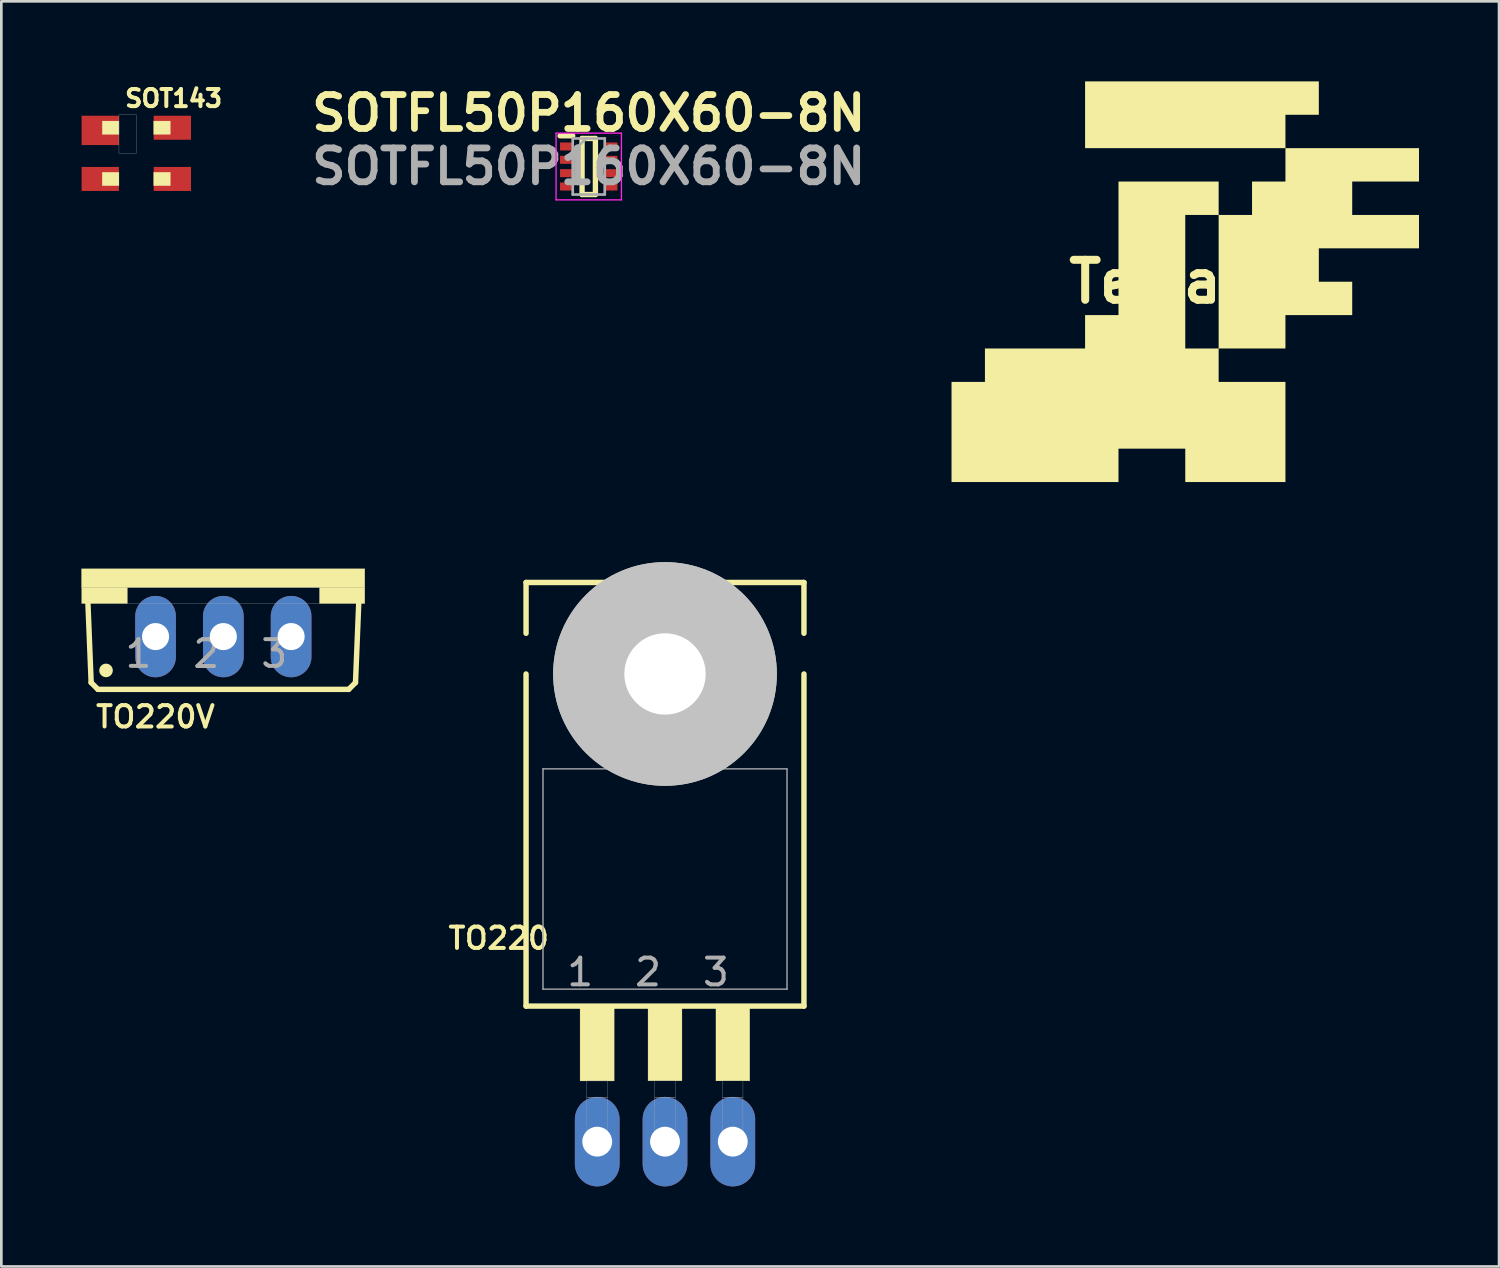
<source format=kicad_pcb>
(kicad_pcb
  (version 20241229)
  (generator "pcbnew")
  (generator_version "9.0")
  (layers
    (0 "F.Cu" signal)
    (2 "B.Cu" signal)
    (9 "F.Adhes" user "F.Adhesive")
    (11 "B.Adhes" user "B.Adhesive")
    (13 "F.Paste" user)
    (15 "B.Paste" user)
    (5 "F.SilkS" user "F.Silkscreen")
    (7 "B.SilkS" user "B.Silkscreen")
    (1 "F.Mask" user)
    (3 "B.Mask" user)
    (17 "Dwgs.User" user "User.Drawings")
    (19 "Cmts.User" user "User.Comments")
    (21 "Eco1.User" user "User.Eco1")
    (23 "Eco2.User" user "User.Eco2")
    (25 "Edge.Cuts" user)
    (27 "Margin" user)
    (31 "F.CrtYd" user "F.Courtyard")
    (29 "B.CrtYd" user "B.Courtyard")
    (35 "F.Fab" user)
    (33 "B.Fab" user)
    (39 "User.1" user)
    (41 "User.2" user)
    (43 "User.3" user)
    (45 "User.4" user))
  (footprint "SOTFL50P160X60-8N"
    (layer "F.Cu")
    (at 19.012 3.189)
    (property "Reference" "SOTFL50P160X60-8N" (at 0 -2 0) (layer "F.SilkS") (effects (font (size 1.27 1.27) (thickness 0.254))))
    (attr smd)
    (fp_line (start -1.075 -1.15) (end -0.6 -1.15) (stroke (width 0.2) (type solid)) (layer "F.SilkS"))
    (fp_line (start -0.25 -1.05) (end 0.25 -1.05) (stroke (width 0.2) (type solid)) (layer "F.SilkS"))
    (fp_line (start -0.25 1.05) (end -0.25 -1.05) (stroke (width 0.2) (type solid)) (layer "F.SilkS"))
    (fp_line (start 0.25 -1.05) (end 0.25 1.05) (stroke (width 0.2) (type solid)) (layer "F.SilkS"))
    (fp_line (start 0.25 1.05) (end -0.25 1.05) (stroke (width 0.2) (type solid)) (layer "F.SilkS"))
    (fp_line (start -1.225 -1.25) (end 1.225 -1.25) (stroke (width 0.05) (type solid)) (layer "F.CrtYd"))
    (fp_line (start -1.225 1.25) (end -1.225 -1.25) (stroke (width 0.05) (type solid)) (layer "F.CrtYd"))
    (fp_line (start 1.225 -1.25) (end 1.225 1.25) (stroke (width 0.05) (type solid)) (layer "F.CrtYd"))
    (fp_line (start 1.225 1.25) (end -1.225 1.25) (stroke (width 0.05) (type solid)) (layer "F.CrtYd"))
    (fp_line (start -0.6 -1.05) (end 0.6 -1.05) (stroke (width 0.1) (type solid)) (layer "F.Fab"))
    (fp_line (start -0.6 -0.55) (end -0.1 -1.05) (stroke (width 0.1) (type solid)) (layer "F.Fab"))
    (fp_line (start -0.6 1.05) (end -0.6 -1.05) (stroke (width 0.1) (type solid)) (layer "F.Fab"))
    (fp_line (start 0.6 -1.05) (end 0.6 1.05) (stroke (width 0.1) (type solid)) (layer "F.Fab"))
    (fp_line (start 0.6 1.05) (end -0.6 1.05) (stroke (width 0.1) (type solid)) (layer "F.Fab"))
    (fp_text user "${REFERENCE}" (at 0 0 0) (layer "F.Fab") (effects (font (size 1.27 1.27) (thickness 0.254))))
    (pad "1" smd rect (at -0.838 -0.75 90) (size 0.3 0.475) (layers "F.Cu" "F.Mask" "F.Paste"))
    (pad "2" smd rect (at -0.838 -0.25 90) (size 0.3 0.475) (layers "F.Cu" "F.Mask" "F.Paste"))
    (pad "3" smd rect (at -0.838 0.25 90) (size 0.3 0.475) (layers "F.Cu" "F.Mask" "F.Paste"))
    (pad "4" smd rect (at -0.838 0.75 90) (size 0.3 0.475) (layers "F.Cu" "F.Mask" "F.Paste"))
    (pad "5" smd rect (at 0.838 0.75 90) (size 0.3 0.475) (layers "F.Cu" "F.Mask" "F.Paste"))
    (pad "6" smd rect (at 0.838 0.25 90) (size 0.3 0.475) (layers "F.Cu" "F.Mask" "F.Paste"))
    (pad "7" smd rect (at 0.838 -0.25 90) (size 0.3 0.475) (layers "F.Cu" "F.Mask" "F.Paste"))
    (pad "8" smd rect (at 0.838 -0.75 90) (size 0.3 0.475) (layers "F.Cu" "F.Mask" "F.Paste")))
  (footprint "SOT143"
    (layer "F.Cu")
    (at 2.058 2.696)
    (property "Reference" "SOT143" (at 1.398 -2.058 0) (layer "F.SilkS") (effects (font (size 0.64 0.64) (thickness 0.15))))
    (attr smd)
    (fp_poly (pts (xy -2.052 0.51) (xy -0.65 0.51) (xy -0.65 1.412) (xy -2.052 1.412)) (stroke (width 0.01) (type solid)) (fill yes) (layer "F.Mask"))
    (fp_poly (pts (xy -2.051 -1.41) (xy -0.65 -1.41) (xy -0.65 -0.31) (xy -2.051 -0.31)) (stroke (width 0.01) (type solid)) (fill yes) (layer "F.Mask"))
    (fp_poly (pts (xy 0.65 -1.41) (xy 2.05 -1.41) (xy 2.05 -0.51) (xy 0.65 -0.51)) (stroke (width 0.01) (type solid)) (fill yes) (layer "F.Mask"))
    (fp_poly (pts (xy 0.651 0.51) (xy 2.05 0.51) (xy 2.05 1.412) (xy 0.651 1.412)) (stroke (width 0.01) (type solid)) (fill yes) (layer "F.Mask"))
    (fp_poly (pts (xy -1.277 0.71) (xy -0.65 0.71) (xy -0.65 1.212) (xy -1.277 1.212)) (stroke (width 0.01) (type solid)) (fill yes) (layer "F.SilkS"))
    (fp_poly (pts (xy -1.275 -1.21) (xy -0.65 -1.21) (xy -0.65 -0.71) (xy -1.275 -0.71)) (stroke (width 0.01) (type solid)) (fill yes) (layer "F.SilkS"))
    (fp_poly (pts (xy 0.651 0.71) (xy 1.275 0.71) (xy 1.275 1.212) (xy 0.651 1.212)) (stroke (width 0.01) (type solid)) (fill yes) (layer "F.SilkS"))
    (fp_poly (pts (xy 0.651 -1.21) (xy 1.275 -1.21) (xy 1.275 -0.711) (xy 0.651 -0.711)) (stroke (width 0.01) (type solid)) (fill yes) (layer "F.SilkS"))
    (fp_poly (pts (xy -2.054 -1.41) (xy -0.65 -1.41) (xy -0.65 -0.311) (xy -2.054 -0.311)) (stroke (width 0.01) (type solid)) (fill yes) (layer "F.Paste"))
    (fp_poly (pts (xy -2.051 0.51) (xy -0.65 0.51) (xy -0.65 1.411) (xy -2.051 1.411)) (stroke (width 0.01) (type solid)) (fill yes) (layer "F.Paste"))
    (fp_poly (pts (xy 0.65 0.51) (xy 2.05 0.51) (xy 2.05 1.41) (xy 0.65 1.41)) (stroke (width 0.01) (type solid)) (fill yes) (layer "F.Paste"))
    (fp_poly (pts (xy 0.651 -1.41) (xy 2.05 -1.41) (xy 2.05 -0.51) (xy 0.651 -0.51)) (stroke (width 0.01) (type solid)) (fill yes) (layer "F.Paste"))
    (fp_poly (pts (xy -0.65 -1.45) (xy 0 -1.45) (xy 0 0) (xy -0.65 0)) (stroke (width 0.01) (type solid)) (fill no) (layer "F.Fab"))
    (pad "1" smd rect (at -1.35 -0.86) (size 1.4 1.1) (layers "F.Cu"))
    (pad "2" smd rect (at -1.35 0.96) (size 1.4 0.9) (layers "F.Cu"))
    (pad "3" smd rect (at 1.35 0.96 180) (size 1.4 0.9) (layers "F.Cu"))
    (pad "4" smd rect (at 1.35 -0.96 180) (size 1.4 0.9) (layers "F.Cu")))
  (footprint "TO220"
    (layer "F.Cu")
    (at 21.87 33.382)
    (property "Reference" "TO220" (at -6.232 -1.272 180) (layer "F.SilkS") (effects (font (size 0.801 0.801) (thickness 0.15))))
    (attr through_hole)
    (fp_line (start -5.207 -12.7) (end -5.207 -14.605) (stroke (width 0.203) (type solid)) (layer "F.SilkS"))
    (fp_line (start -5.207 1.27) (end -5.207 -11.176) (stroke (width 0.203) (type solid)) (layer "F.SilkS"))
    (fp_line (start -5.207 1.27) (end 5.207 1.27) (stroke (width 0.203) (type solid)) (layer "F.SilkS"))
    (fp_line (start 5.207 -14.605) (end -5.207 -14.605) (stroke (width 0.203) (type solid)) (layer "F.SilkS"))
    (fp_line (start 5.207 -12.7) (end 5.207 -14.605) (stroke (width 0.203) (type solid)) (layer "F.SilkS"))
    (fp_line (start 5.207 1.27) (end 5.207 -11.176) (stroke (width 0.203) (type solid)) (layer "F.SilkS"))
    (fp_circle (center 0 -11.176) (end 1.803 -11.176) (stroke (width 0.203) (type solid)) (fill no) (layer "F.SilkS"))
    (fp_poly (pts (xy -3.183 1.27) (xy -1.905 1.27) (xy -1.905 4.074) (xy -3.183 4.074)) (stroke (width 0.01) (type solid)) (fill yes) (layer "F.SilkS"))
    (fp_poly (pts (xy -0.636 1.27) (xy 0.635 1.27) (xy 0.635 4.07) (xy -0.636 4.07)) (stroke (width 0.01) (type solid)) (fill yes) (layer "F.SilkS"))
    (fp_poly (pts (xy 1.909 1.27) (xy 3.175 1.27) (xy 3.175 4.072) (xy 1.909 4.072)) (stroke (width 0.01) (type solid)) (fill yes) (layer "F.SilkS"))
    (fp_circle (center 0 -11.176) (end 4.191 -11.176) (stroke (width 0) (type solid)) (fill yes) (layer "Dwgs.User"))
    (fp_circle (center 0 -11.176) (end 4.191 -11.176) (stroke (width 0) (type solid)) (fill yes) (layer "Dwgs.User"))
    (fp_line (start -4.572 0.635) (end -4.572 -7.62) (stroke (width 0.051) (type solid)) (layer "F.Fab"))
    (fp_line (start -4.572 0.635) (end 4.572 0.635) (stroke (width 0.051) (type solid)) (layer "F.Fab"))
    (fp_line (start 4.572 -7.62) (end -4.572 -7.62) (stroke (width 0.051) (type solid)) (layer "F.Fab"))
    (fp_line (start 4.572 -7.62) (end 4.572 0.635) (stroke (width 0.051) (type solid)) (layer "F.Fab"))
    (fp_poly (pts (xy -2.928 4.064) (xy -2.159 4.064) (xy -2.159 4.71) (xy -2.928 4.71)) (stroke (width 0.01) (type solid)) (fill no) (layer "F.Fab"))
    (fp_poly (pts (xy -2.926 4.699) (xy -2.159 4.699) (xy -2.159 6.616) (xy -2.926 6.616)) (stroke (width 0.01) (type solid)) (fill no) (layer "F.Fab"))
    (fp_poly (pts (xy -0.382 4.699) (xy 0.381 4.699) (xy 0.381 6.625) (xy -0.382 6.625)) (stroke (width 0.01) (type solid)) (fill no) (layer "F.Fab"))
    (fp_poly (pts (xy -0.382 4.064) (xy 0.381 4.064) (xy 0.381 4.709) (xy -0.382 4.709)) (stroke (width 0.01) (type solid)) (fill no) (layer "F.Fab"))
    (fp_poly (pts (xy 2.162 4.064) (xy 2.921 4.064) (xy 2.921 4.706) (xy 2.162 4.706)) (stroke (width 0.01) (type solid)) (fill no) (layer "F.Fab"))
    (fp_poly (pts (xy 2.164 4.699) (xy 2.921 4.699) (xy 2.921 6.618) (xy 2.164 6.618)) (stroke (width 0.01) (type solid)) (fill no) (layer "F.Fab"))
    (fp_text user "2" (at -0.636 0 0) (layer "F.Fab") (effects (font (size 1.002 1.002) (thickness 0.15))))
    (fp_text user "1" (at -3.177 0 0) (layer "F.Fab") (effects (font (size 1.001 1.001) (thickness 0.15))))
    (fp_text user "3" (at 1.908 0 0) (layer "F.Fab") (effects (font (size 1.002 1.002) (thickness 0.15))))
    (pad "" np_thru_hole circle (at 0 -11.176) (size 3.048 3.048) (drill 3.048) (layers "*.Cu" "*.Mask"))
    (pad "1" thru_hole oval (at -2.54 6.35) (size 1.676 3.353) (drill 1.118) (layers "*.Cu" "*.Mask"))
    (pad "2" thru_hole oval (at 0 6.35) (size 1.676 3.353) (drill 1.118) (layers "*.Cu" "*.Mask"))
    (pad "3" thru_hole oval (at 2.54 6.35) (size 1.676 3.353) (drill 1.118) (layers "*.Cu" "*.Mask")))
  (footprint "TO220V"
    (layer "F.Cu")
    (at 5.319 18.265)
    (property "Reference" "TO220V" (at -2.544 5.546 0) (layer "F.SilkS") (effects (font (size 0.801 0.801) (thickness 0.15))))
    (attr through_hole)
    (fp_line (start -4.953 4.264) (end -5.08 1.143) (stroke (width 0.203) (type solid)) (layer "F.SilkS"))
    (fp_line (start -4.953 4.264) (end -4.699 4.518) (stroke (width 0.203) (type solid)) (layer "F.SilkS"))
    (fp_line (start 4.699 4.518) (end -4.699 4.518) (stroke (width 0.203) (type solid)) (layer "F.SilkS"))
    (fp_line (start 4.699 4.518) (end 4.953 4.264) (stroke (width 0.203) (type solid)) (layer "F.SilkS"))
    (fp_line (start 5.08 1.143) (end 4.953 4.264) (stroke (width 0.203) (type solid)) (layer "F.SilkS"))
    (fp_circle (center -4.396 3.808) (end -4.142 3.808) (stroke (width 0) (type solid)) (fill yes) (layer "F.SilkS"))
    (fp_poly (pts (xy -5.314 0) (xy 5.3 0) (xy 5.3 0.702) (xy -5.314 0.702)) (stroke (width 0.01) (type solid)) (fill yes) (layer "F.SilkS"))
    (fp_poly (pts (xy -5.307 0.7) (xy -3.6 0.7) (xy -3.6 1.302) (xy -5.307 1.302)) (stroke (width 0.01) (type solid)) (fill yes) (layer "F.SilkS"))
    (fp_poly (pts (xy 3.607 0.7) (xy 5.3 0.7) (xy 5.3 1.302) (xy 3.607 1.302)) (stroke (width 0.01) (type solid)) (fill yes) (layer "F.SilkS"))
    (fp_poly (pts (xy -3.602 0.7) (xy 3.6 0.7) (xy 3.6 1.301) (xy -3.602 1.301)) (stroke (width 0.01) (type solid)) (fill no) (layer "F.Fab"))
    (fp_text user "2" (at -0.637 3.185 0) (layer "F.Fab") (effects (font (size 1.003 1.003) (thickness 0.15))))
    (fp_text user "3" (at 1.908 3.181 0) (layer "F.Fab") (effects (font (size 1.002 1.002) (thickness 0.15))))
    (fp_text user "1" (at -3.181 3.181 0) (layer "F.Fab") (effects (font (size 1.002 1.002) (thickness 0.15))))
    (pad "1" thru_hole oval (at -2.54 2.54) (size 1.524 3.048) (drill 1.016) (layers "*.Cu" "*.Mask"))
    (pad "2" thru_hole oval (at 0 2.54) (size 1.524 3.048) (drill 1.016) (layers "*.Cu" "*.Mask"))
    (pad "3" thru_hole oval (at 2.54 2.54) (size 1.524 3.048) (drill 1.016) (layers "*.Cu" "*.Mask")))
  (footprint "Terraria"
    (layer "F.Cu")
    (at 41.366 7.507)
    (property "Reference" "Terraria" (at 0 0 0) (layer "F.SilkS") (effects (font (size 1.5 1.5) (thickness 0.3))))
    (attr board_only exclude_from_pos_files exclude_from_bom)
    (fp_poly (pts (xy 5.005 -6.882) (xy 5.005 -6.256) (xy 4.379 -6.256) (xy 3.754 -6.256) (xy 3.754 -5.631) (xy 3.754 -5.005) (xy 0 -5.005) (xy -3.754 -5.005) (xy -3.754 -6.256) (xy -3.754 -7.507) (xy 0.626 -7.507) (xy 5.005 -7.507)) (stroke (width 0) (type solid)) (fill yes) (layer "F.SilkS"))
    (fp_poly (pts (xy 8.759 -4.379) (xy 8.759 -3.754) (xy 7.507 -3.754) (xy 6.256 -3.754) (xy 6.256 -3.128) (xy 6.256 -2.502) (xy 7.507 -2.502) (xy 8.759 -2.502) (xy 8.759 -1.877) (xy 8.759 -1.251) (xy 6.882 -1.251) (xy 5.005 -1.251) (xy 5.005 -0.626) (xy 5.005 0) (xy 5.631 0) (xy 6.256 0) (xy 6.256 0.626) (xy 6.256 1.251) (xy 5.005 1.251) (xy 3.754 1.251) (xy 3.754 1.877) (xy 3.754 2.502) (xy 2.502 2.502) (xy 1.251 2.502) (xy 1.251 3.128) (xy 1.251 3.754) (xy 2.502 3.754) (xy 3.754 3.754) (xy 3.754 5.631) (xy 3.754 7.507) (xy 1.877 7.507) (xy 0 7.507) (xy 0 6.882) (xy 0 6.256) (xy -1.251 6.256) (xy -2.502 6.256) (xy -2.502 6.882) (xy -2.502 7.507) (xy -5.631 7.507) (xy -8.759 7.507) (xy -8.759 5.631) (xy -8.759 3.754) (xy -8.133 3.754) (xy -7.507 3.754) (xy -7.507 3.128) (xy -7.507 2.502) (xy -5.631 2.502) (xy -3.754 2.502) (xy -3.754 1.877) (xy -3.754 1.251) (xy -3.128 1.251) (xy -2.502 1.251) (xy -2.502 0) (xy 0 0) (xy 0 2.502) (xy 0.626 2.502) (xy 1.251 2.502) (xy 1.251 0) (xy 1.251 -2.502) (xy 0.626 -2.502) (xy 0 -2.502) (xy 0 0) (xy -2.502 0) (xy -2.502 -1.251) (xy -2.502 -3.754) (xy -0.626 -3.754) (xy 1.251 -3.754) (xy 1.251 -3.128) (xy 1.251 -2.502) (xy 1.877 -2.502) (xy 2.502 -2.502) (xy 2.502 -3.128) (xy 2.502 -3.754) (xy 3.128 -3.754) (xy 3.754 -3.754) (xy 3.754 -4.379) (xy 3.754 -5.005) (xy 6.256 -5.005) (xy 8.759 -5.005)) (stroke (width 0) (type solid)) (fill yes) (layer "F.SilkS")))
  (gr_rect
    (start -3 -3)
    (end 53.124 44.408)
    (stroke (width 0.1) (type default))
    (fill no)
    (layer "Edge.Cuts")))
</source>
